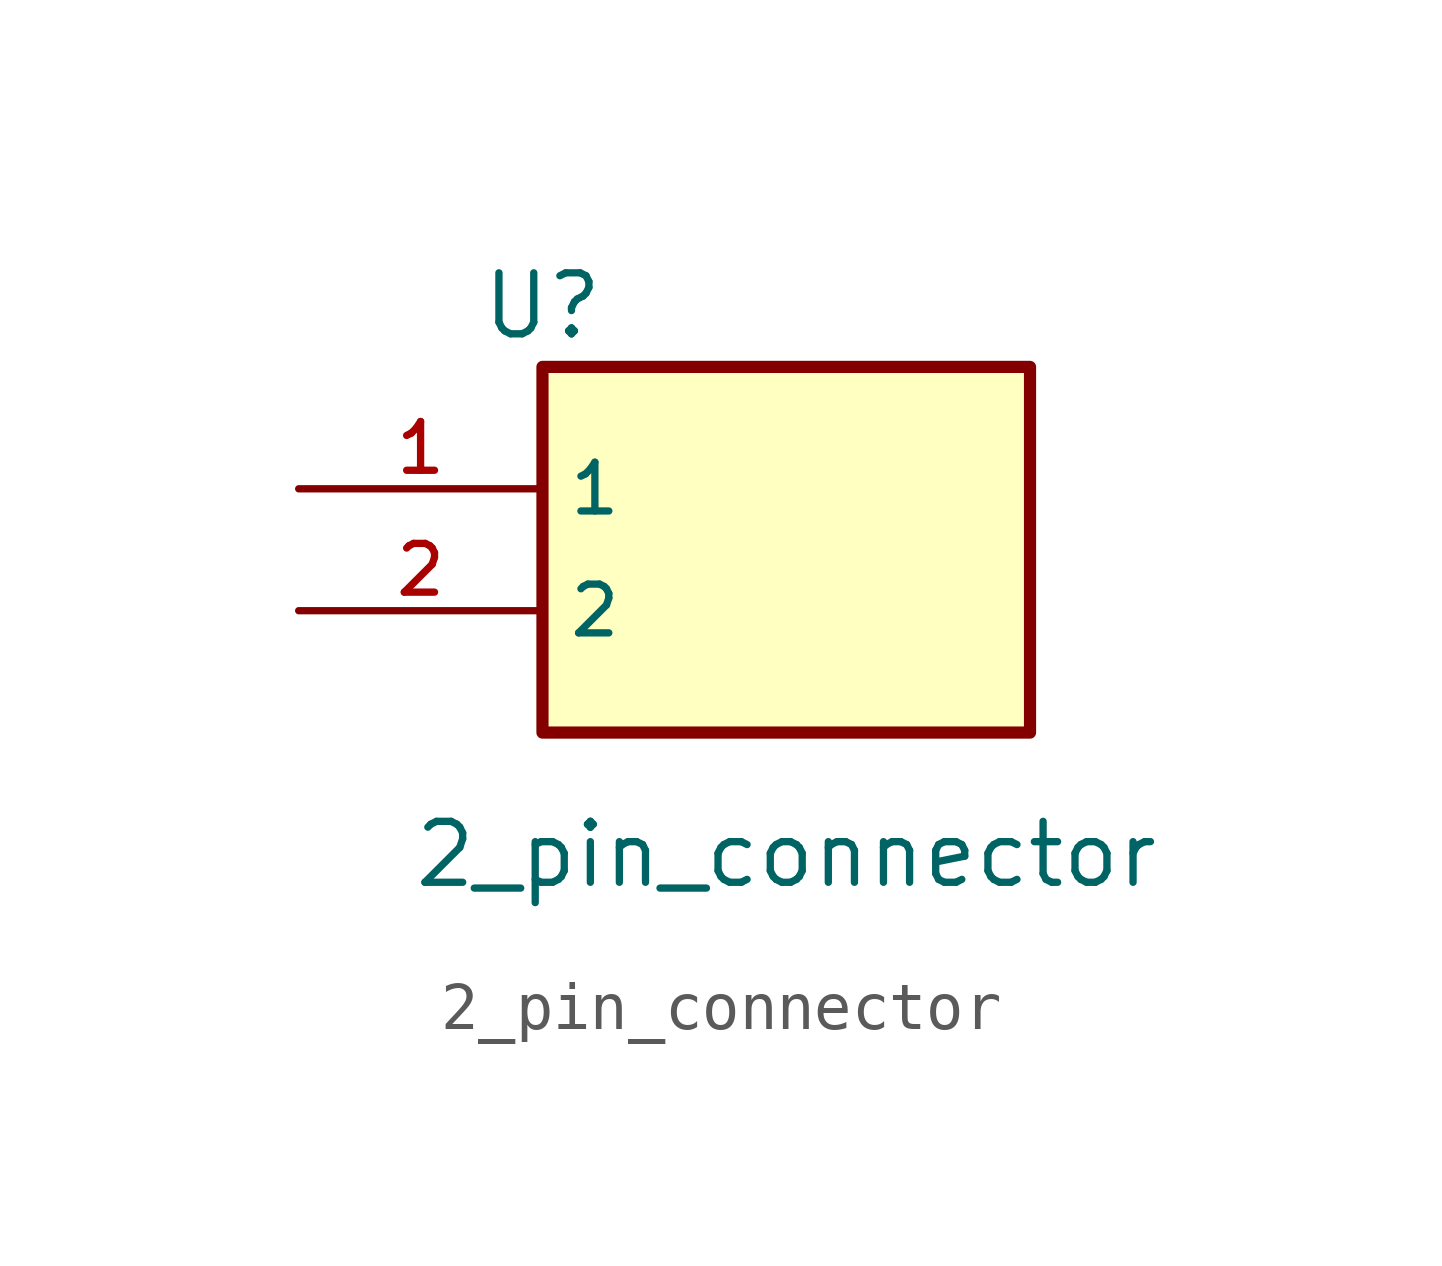
<source format=kicad_sym>
(kicad_symbol_lib
  (version 20211014)
  (generator kicad_symbol_editor)
  (symbol "2_pin_connector"
    (property "Reference" "U"
      (at -5.08 5.08 0)
      (effects (font (size 1.27 1.27))))
    (property "Value" "2_pin_connector"
      (at 0 -6.35 0)
      (effects (font (size 1.27 1.27))))
    (symbol "2_pin_connector_0_0"
      (pin passive line (at -10.16 1.27 0) (length 5.08) (name "1" (effects (font (size 1.016 1.016)))) (number "1" (effects (font (size 1.016 1.016)))))
      (pin passive line (at -10.16 -1.27 0) (length 5.08) (name "2" (effects (font (size 1.016 1.016)))) (number "2" (effects (font (size 1.016 1.016))))))
    (symbol "2_pin_connector_0_1"
      (rectangle (start -5.08 3.81) (end 5.08 -3.81) (stroke (width 0.254) (type default) (color 0 0 0 0)) (fill (type background))))))
</source>
